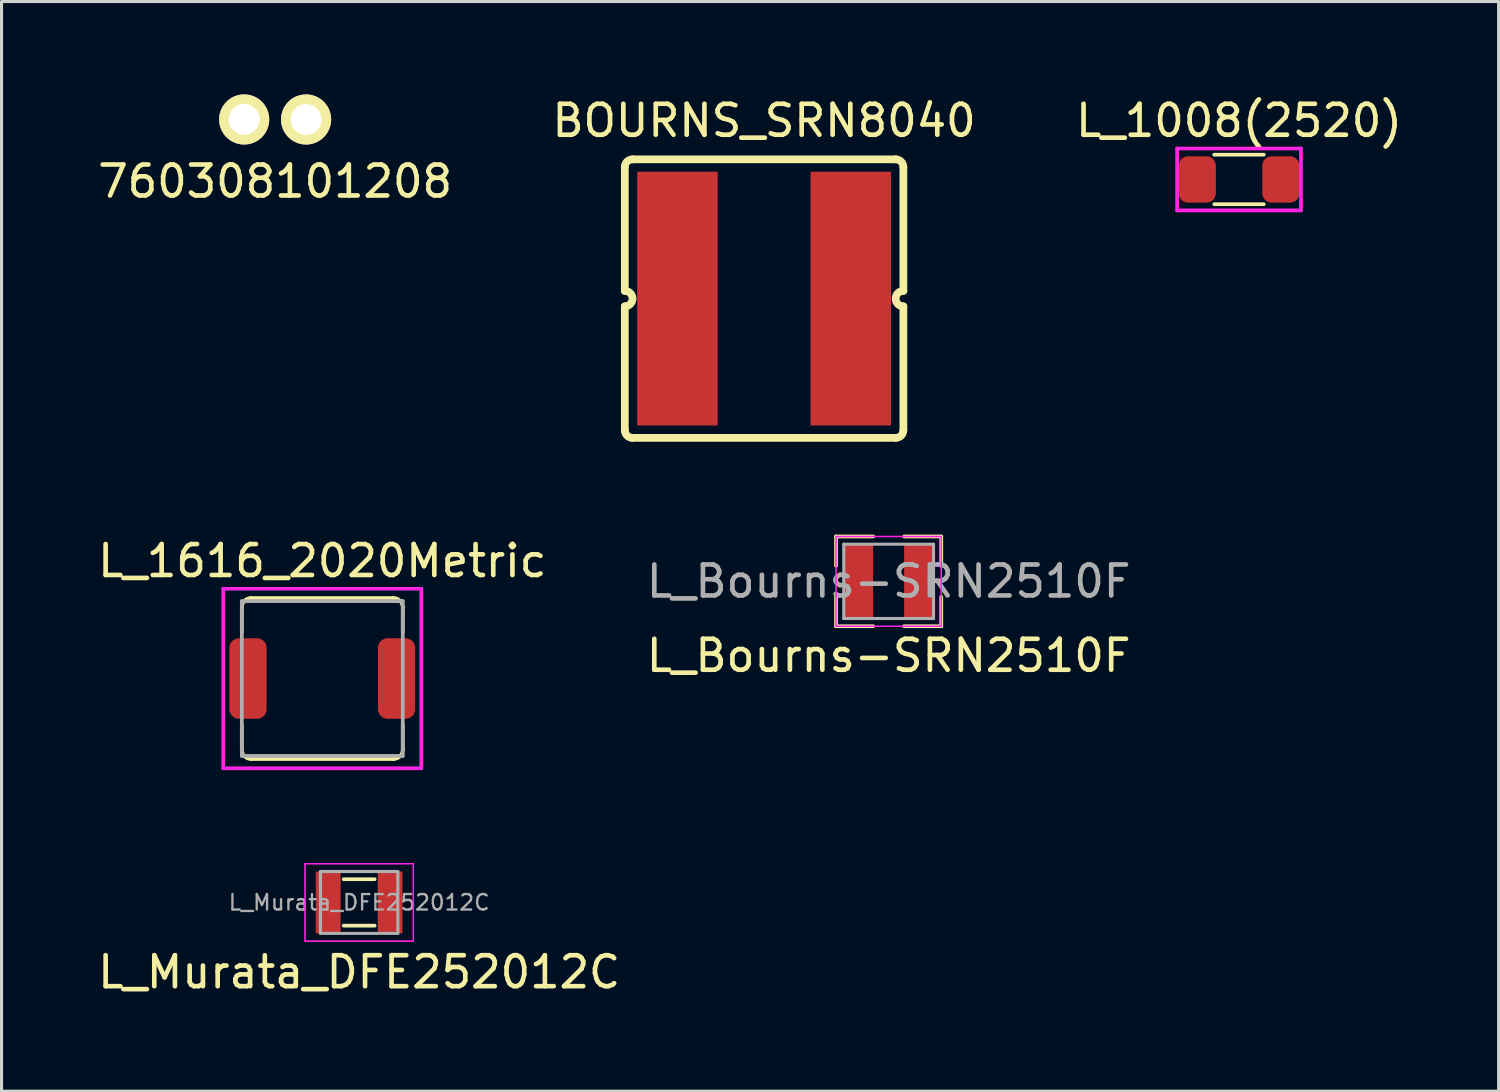
<source format=kicad_pcb>
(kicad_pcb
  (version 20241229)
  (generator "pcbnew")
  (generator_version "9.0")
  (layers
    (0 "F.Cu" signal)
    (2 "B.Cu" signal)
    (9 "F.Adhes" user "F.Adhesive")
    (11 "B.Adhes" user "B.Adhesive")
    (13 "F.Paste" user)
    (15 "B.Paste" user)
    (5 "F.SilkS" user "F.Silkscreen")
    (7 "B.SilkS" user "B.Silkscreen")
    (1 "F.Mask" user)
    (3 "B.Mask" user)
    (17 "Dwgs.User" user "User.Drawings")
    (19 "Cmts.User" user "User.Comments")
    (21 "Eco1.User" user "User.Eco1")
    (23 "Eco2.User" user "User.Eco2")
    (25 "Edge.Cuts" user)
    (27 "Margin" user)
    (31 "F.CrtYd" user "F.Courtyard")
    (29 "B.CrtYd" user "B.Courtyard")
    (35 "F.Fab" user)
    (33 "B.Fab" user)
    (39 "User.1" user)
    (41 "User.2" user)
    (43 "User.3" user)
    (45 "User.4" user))
  (footprint "L_1616_2020Metric"
    (layer "F.Cu")
    (at 7.363 18.872)
    (property "Reference" "L_1616_2020Metric" (at 0 -3.8 0) (layer "F.SilkS") (effects (font (size 1 1) (thickness 0.15))))
    (attr through_hole)
    (fp_line (start -2.6 -1.5) (end -2.6 -2.3) (stroke (width 0.12) (type solid)) (layer "F.SilkS"))
    (fp_line (start -2.6 2.3) (end -2.6 1.5) (stroke (width 0.12) (type solid)) (layer "F.SilkS"))
    (fp_line (start -2.3 -2.6) (end 2.3 -2.6) (stroke (width 0.12) (type solid)) (layer "F.SilkS"))
    (fp_line (start -2.3 2.6) (end 2.3 2.6) (stroke (width 0.12) (type solid)) (layer "F.SilkS"))
    (fp_line (start 2.6 -1.5) (end 2.6 -2.3) (stroke (width 0.12) (type solid)) (layer "F.SilkS"))
    (fp_line (start 2.6 2.3) (end 2.6 1.5) (stroke (width 0.12) (type solid)) (layer "F.SilkS"))
    (fp_arc (start -2.6 -2.3) (mid -2.512132 -2.512132) (end -2.3 -2.6) (stroke (width 0.12) (type solid)) (layer "F.SilkS"))
    (fp_arc (start -2.3 2.6) (mid -2.512132 2.512132) (end -2.6 2.3) (stroke (width 0.12) (type solid)) (layer "F.SilkS"))
    (fp_arc (start 2.3 -2.6) (mid 2.512132 -2.512132) (end 2.6 -2.3) (stroke (width 0.12) (type solid)) (layer "F.SilkS"))
    (fp_arc (start 2.6 2.3) (mid 2.512132 2.512132) (end 2.3 2.6) (stroke (width 0.12) (type solid)) (layer "F.SilkS"))
    (fp_line (start -3.2 -2.9) (end -3.2 2.9) (stroke (width 0.12) (type solid)) (layer "F.CrtYd"))
    (fp_line (start -3.2 -2.9) (end 3.2 -2.9) (stroke (width 0.12) (type solid)) (layer "F.CrtYd"))
    (fp_line (start -3.2 2.9) (end 3.2 2.9) (stroke (width 0.12) (type solid)) (layer "F.CrtYd"))
    (fp_line (start 3.2 -2.9) (end 3.2 2.9) (stroke (width 0.12) (type solid)) (layer "F.CrtYd"))
    (fp_line (start -2.6 -2.5) (end 2.6 -2.5) (stroke (width 0.12) (type solid)) (layer "F.Fab"))
    (fp_line (start -2.6 2.5) (end -2.6 -2.5) (stroke (width 0.12) (type solid)) (layer "F.Fab"))
    (fp_line (start 2.6 -2.5) (end 2.6 2.5) (stroke (width 0.12) (type solid)) (layer "F.Fab"))
    (fp_line (start 2.6 2.5) (end -2.6 2.5) (stroke (width 0.12) (type solid)) (layer "F.Fab"))
    (pad "1" smd roundrect (at -2.4 0) (size 1.2 2.6) (layers "F.Cu" "F.Mask" "F.Paste") (roundrect_rratio 0.25))
    (pad "2" smd roundrect (at 2.4 0) (size 1.2 2.6) (layers "F.Cu" "F.Mask" "F.Paste") (roundrect_rratio 0.25)))
  (footprint "BOURNS_SRN8040"
    (layer "F.Cu")
    (at 21.637 6.598)
    (property "Reference" "BOURNS_SRN8040" (at 0 -5.75 0) (layer "F.SilkS") (effects (font (size 1 1) (thickness 0.15))))
    (attr through_hole)
    (fp_line (start -4.5 -4.25) (end -4.5 -0.25) (stroke (width 0.25) (type solid)) (layer "F.SilkS"))
    (fp_line (start -4.5 0.25) (end -4.5 4.25) (stroke (width 0.25) (type solid)) (layer "F.SilkS"))
    (fp_line (start -4.25 -4.5) (end 4.25 -4.5) (stroke (width 0.25) (type solid)) (layer "F.SilkS"))
    (fp_line (start -4.25 4.5) (end 4.25 4.5) (stroke (width 0.25) (type solid)) (layer "F.SilkS"))
    (fp_line (start 4.5 -4.25) (end 4.5 -0.25) (stroke (width 0.25) (type solid)) (layer "F.SilkS"))
    (fp_line (start 4.5 0.25) (end 4.5 4.25) (stroke (width 0.25) (type solid)) (layer "F.SilkS"))
    (fp_arc (start -4.5 -4.25) (mid -4.426777 -4.426777) (end -4.25 -4.5) (stroke (width 0.25) (type solid)) (layer "F.SilkS"))
    (fp_arc (start -4.5 -0.25) (mid -4.25 0) (end -4.5 0.25) (stroke (width 0.25) (type solid)) (layer "F.SilkS"))
    (fp_arc (start -4.25 4.5) (mid -4.426777 4.426777) (end -4.5 4.25) (stroke (width 0.25) (type solid)) (layer "F.SilkS"))
    (fp_arc (start 4.25 -4.5) (mid 4.426777 -4.426777) (end 4.5 -4.25) (stroke (width 0.25) (type solid)) (layer "F.SilkS"))
    (fp_arc (start 4.5 0.25) (mid 4.25 0) (end 4.5 -0.25) (stroke (width 0.25) (type solid)) (layer "F.SilkS"))
    (fp_arc (start 4.5 4.25) (mid 4.426777 4.426777) (end 4.25 4.5) (stroke (width 0.25) (type solid)) (layer "F.SilkS"))
    (pad "1" smd rect (at -2.8 0) (size 2.6 8.2) (layers "F.Cu" "F.Mask" "F.Paste"))
    (pad "2" smd rect (at 2.8 0) (size 2.6 8.2) (layers "F.Cu" "F.Mask" "F.Paste")))
  (footprint "760308101208"
    (layer "F.Cu")
    (at 5.839 0.81)
    (property "Reference" "760308101208" (at 0 2 0) (layer "F.SilkS") (effects (font (size 1 1) (thickness 0.15))))
    (attr through_hole)
    (pad "1" thru_hole circle (at -1 0) (size 1.62 1.62) (drill 1) (layers "*.Cu" "*.Mask" "F.SilkS"))
    (pad "2" thru_hole circle (at 1 0) (size 1.62 1.62) (drill 1) (layers "*.Cu" "*.Mask" "F.SilkS")))
  (footprint "L_Bourns-SRN2510F"
    (layer "F.Cu")
    (at 25.661 15.733)
    (property "Reference" "L_Bourns-SRN2510F" (at 0 2.4 0) (layer "F.SilkS") (effects (font (size 1 1) (thickness 0.15))))
    (attr smd)
    (fp_line (start -1.7 -1.45) (end -1.7 -0.5) (stroke (width 0.12) (type solid)) (layer "F.SilkS"))
    (fp_line (start -1.7 -1.45) (end -0.5 -1.45) (stroke (width 0.12) (type solid)) (layer "F.SilkS"))
    (fp_line (start -1.7 1.45) (end -1.7 0.5) (stroke (width 0.12) (type solid)) (layer "F.SilkS"))
    (fp_line (start -1.7 1.45) (end -0.5 1.45) (stroke (width 0.12) (type solid)) (layer "F.SilkS"))
    (fp_line (start 1.7 -1.45) (end 0.5 -1.45) (stroke (width 0.12) (type solid)) (layer "F.SilkS"))
    (fp_line (start 1.7 -1.45) (end 1.7 -0.5) (stroke (width 0.12) (type solid)) (layer "F.SilkS"))
    (fp_line (start 1.7 1.45) (end 0.5 1.45) (stroke (width 0.12) (type solid)) (layer "F.SilkS"))
    (fp_line (start 1.7 1.45) (end 1.7 0.5) (stroke (width 0.12) (type solid)) (layer "F.SilkS"))
    (fp_line (start -1.7 -1.45) (end -1.7 1.45) (stroke (width 0.05) (type solid)) (layer "F.CrtYd"))
    (fp_line (start -1.7 -1.45) (end 1.7 -1.45) (stroke (width 0.05) (type solid)) (layer "F.CrtYd"))
    (fp_line (start 1.7 -1.45) (end 1.7 1.45) (stroke (width 0.05) (type solid)) (layer "F.CrtYd"))
    (fp_line (start 1.7 1.45) (end -1.7 1.45) (stroke (width 0.05) (type solid)) (layer "F.CrtYd"))
    (fp_line (start -1.45 -1.2) (end -1.45 1.2) (stroke (width 0.1) (type solid)) (layer "F.Fab"))
    (fp_line (start -1.45 -1.2) (end 1.45 -1.2) (stroke (width 0.1) (type solid)) (layer "F.Fab"))
    (fp_line (start 1.45 -1.2) (end 1.45 1.2) (stroke (width 0.1) (type solid)) (layer "F.Fab"))
    (fp_line (start 1.45 1.2) (end -1.45 1.2) (stroke (width 0.1) (type solid)) (layer "F.Fab"))
    (fp_text user "${REFERENCE}" (at 0 0 0) (layer "F.Fab") (effects (font (size 1 1) (thickness 0.15))))
    (pad "1" smd rect (at -0.975 0) (size 0.95 2.4) (layers "F.Cu" "F.Mask" "F.Paste"))
    (pad "2" smd rect (at 0.975 0) (size 0.95 2.4) (layers "F.Cu" "F.Mask" "F.Paste")))
  (footprint "L_1008(2520)"
    (layer "F.Cu")
    (at 36.982 2.748)
    (property "Reference" "L_1008(2520)" (at 0 -1.9 0) (layer "F.SilkS") (effects (font (size 1 1) (thickness 0.15))))
    (attr through_hole)
    (fp_line (start -0.8 -0.8) (end 0.8 -0.8) (stroke (width 0.12) (type solid)) (layer "F.SilkS"))
    (fp_line (start -0.8 0.8) (end 0.8 0.8) (stroke (width 0.12) (type solid)) (layer "F.SilkS"))
    (fp_line (start -2 -1) (end 2 -1) (stroke (width 0.12) (type solid)) (layer "F.CrtYd"))
    (fp_line (start -2 1) (end -2 -1) (stroke (width 0.12) (type solid)) (layer "F.CrtYd"))
    (fp_line (start 2 -1) (end 2 1) (stroke (width 0.12) (type solid)) (layer "F.CrtYd"))
    (fp_line (start 2 1) (end -2 1) (stroke (width 0.12) (type solid)) (layer "F.CrtYd"))
    (pad "1" smd roundrect (at -1.35 0) (size 1.2 1.5) (layers "F.Cu" "F.Mask" "F.Paste") (roundrect_rratio 0.25))
    (pad "2" smd roundrect (at 1.35 0) (size 1.2 1.5) (layers "F.Cu" "F.Mask" "F.Paste") (roundrect_rratio 0.25)))
  (footprint "L_Murata_DFE252012C"
    (layer "F.Cu")
    (at 8.554 26.107)
    (property "Reference" "L_Murata_DFE252012C" (at 0 2.25 0) (layer "F.SilkS") (effects (font (size 1 1) (thickness 0.15))))
    (attr through_hole)
    (fp_line (start -0.5 -0.75) (end 0.5 -0.75) (stroke (width 0.12) (type solid)) (layer "F.SilkS"))
    (fp_line (start -0.5 0.75) (end 0.5 0.75) (stroke (width 0.12) (type solid)) (layer "F.SilkS"))
    (fp_line (start -1.75 -1.25) (end 1.75 -1.25) (stroke (width 0.05) (type solid)) (layer "F.CrtYd"))
    (fp_line (start -1.75 1.25) (end -1.75 -1.25) (stroke (width 0.05) (type solid)) (layer "F.CrtYd"))
    (fp_line (start 1.75 -1.25) (end 1.75 1.25) (stroke (width 0.05) (type solid)) (layer "F.CrtYd"))
    (fp_line (start 1.75 1.25) (end -1.75 1.25) (stroke (width 0.05) (type solid)) (layer "F.CrtYd"))
    (fp_line (start -1.25 -1) (end 1.25 -1) (stroke (width 0.1) (type solid)) (layer "F.Fab"))
    (fp_line (start -1.25 1) (end -1.25 -1) (stroke (width 0.1) (type solid)) (layer "F.Fab"))
    (fp_line (start 1.25 -1) (end 1.25 1) (stroke (width 0.1) (type solid)) (layer "F.Fab"))
    (fp_line (start 1.25 1) (end -1.25 1) (stroke (width 0.1) (type solid)) (layer "F.Fab"))
    (fp_text user "${REFERENCE}" (at 0 0 0) (layer "F.Fab") (effects (font (size 0.5 0.5) (thickness 0.075))))
    (pad "1" smd rect (at -1 0) (size 0.8 2) (layers "F.Cu" "F.Mask" "F.Paste"))
    (pad "2" smd rect (at 1 0) (size 0.8 2) (layers "F.Cu" "F.Mask" "F.Paste")))
  (gr_rect
    (start -3 -3)
    (end 45.369 32.205)
    (stroke (width 0.1) (type default))
    (fill no)
    (layer "Edge.Cuts")))
</source>
